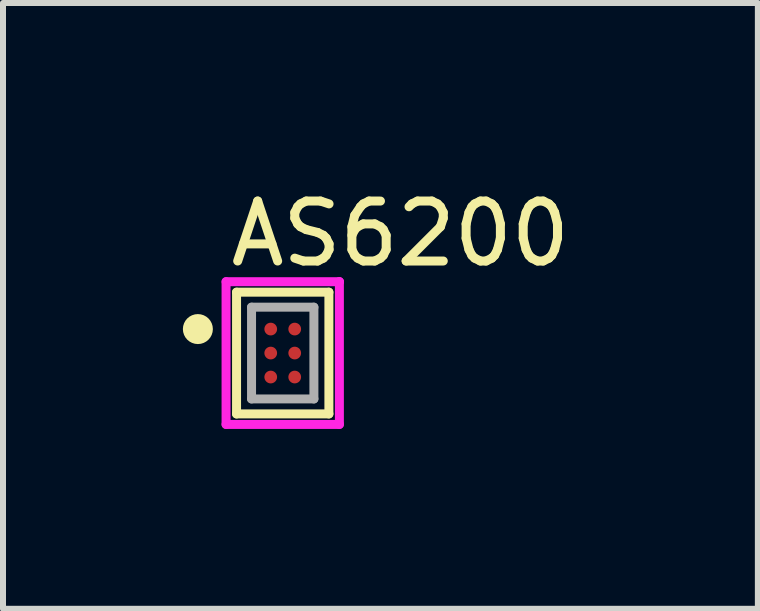
<source format=kicad_pcb>
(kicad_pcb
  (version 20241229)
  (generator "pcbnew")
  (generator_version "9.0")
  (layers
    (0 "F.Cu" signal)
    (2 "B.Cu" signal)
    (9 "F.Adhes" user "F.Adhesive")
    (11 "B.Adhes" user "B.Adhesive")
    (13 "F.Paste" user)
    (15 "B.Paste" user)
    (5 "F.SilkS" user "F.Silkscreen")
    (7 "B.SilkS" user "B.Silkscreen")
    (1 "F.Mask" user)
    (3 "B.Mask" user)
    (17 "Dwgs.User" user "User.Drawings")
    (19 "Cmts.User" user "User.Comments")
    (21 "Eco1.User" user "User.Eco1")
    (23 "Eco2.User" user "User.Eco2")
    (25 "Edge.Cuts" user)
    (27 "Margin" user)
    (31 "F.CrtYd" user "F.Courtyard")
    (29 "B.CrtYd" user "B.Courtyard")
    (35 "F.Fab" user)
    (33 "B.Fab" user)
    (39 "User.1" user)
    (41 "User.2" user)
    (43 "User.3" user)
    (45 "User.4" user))
  (footprint "AS6200"
    (layer "F.Cu")
    (at 1.665 2.838)
    (property "Reference" "AS6200" (at -0.945 -1.99 0) (layer "F.SilkS") (effects (font (size 1 1) (thickness 0.15)) (justify left)))
    (attr through_hole)
    (fp_line (start -0.77 -1.015) (end 0.77 -1.015) (stroke (width 0.15) (type solid)) (layer "F.SilkS"))
    (fp_line (start -0.77 1.015) (end -0.77 -1.015) (stroke (width 0.15) (type solid)) (layer "F.SilkS"))
    (fp_line (start 0.77 -1.015) (end 0.77 1.015) (stroke (width 0.15) (type solid)) (layer "F.SilkS"))
    (fp_line (start 0.77 1.015) (end -0.77 1.015) (stroke (width 0.15) (type solid)) (layer "F.SilkS"))
    (fp_circle (center -1.415 -0.4) (end -1.29 -0.4) (stroke (width 0.25) (type solid)) (fill no) (layer "F.SilkS"))
    (fp_line (start -0.945 -1.19) (end -0.945 1.19) (stroke (width 0.15) (type solid)) (layer "F.CrtYd"))
    (fp_line (start -0.945 1.19) (end 0.945 1.19) (stroke (width 0.15) (type solid)) (layer "F.CrtYd"))
    (fp_line (start 0.945 -1.19) (end -0.945 -1.19) (stroke (width 0.15) (type solid)) (layer "F.CrtYd"))
    (fp_line (start 0.945 -1.19) (end 0.945 -1.19) (stroke (width 0.15) (type solid)) (layer "F.CrtYd"))
    (fp_line (start 0.945 1.19) (end 0.945 -1.19) (stroke (width 0.15) (type solid)) (layer "F.CrtYd"))
    (fp_line (start -0.52 -0.765) (end 0.52 -0.765) (stroke (width 0.15) (type solid)) (layer "F.Fab"))
    (fp_line (start -0.52 0.765) (end -0.52 -0.765) (stroke (width 0.15) (type solid)) (layer "F.Fab"))
    (fp_line (start 0.52 -0.765) (end 0.52 0.765) (stroke (width 0.15) (type solid)) (layer "F.Fab"))
    (fp_line (start 0.52 0.765) (end -0.52 0.765) (stroke (width 0.15) (type solid)) (layer "F.Fab"))
    (pad "A1" smd circle (at 0.2 -0.4) (size 0.212 0.212) (layers "F.Cu" "F.Mask" "F.Paste"))
    (pad "A2" smd circle (at 0.2 0) (size 0.212 0.212) (layers "F.Cu" "F.Mask" "F.Paste"))
    (pad "A3" smd circle (at 0.2 0.4) (size 0.212 0.212) (layers "F.Cu" "F.Mask" "F.Paste"))
    (pad "B1" smd circle (at -0.2 -0.4) (size 0.212 0.212) (layers "F.Cu" "F.Mask" "F.Paste"))
    (pad "B2" smd circle (at -0.2 0) (size 0.212 0.212) (layers "F.Cu" "F.Mask" "F.Paste"))
    (pad "B3" smd circle (at -0.2 0.4) (size 0.212 0.212) (layers "F.Cu" "F.Mask" "F.Paste")))
  (gr_rect
    (start -3 -3)
    (end 9.589 7.103)
    (stroke (width 0.1) (type default))
    (fill no)
    (layer "Edge.Cuts")))
</source>
